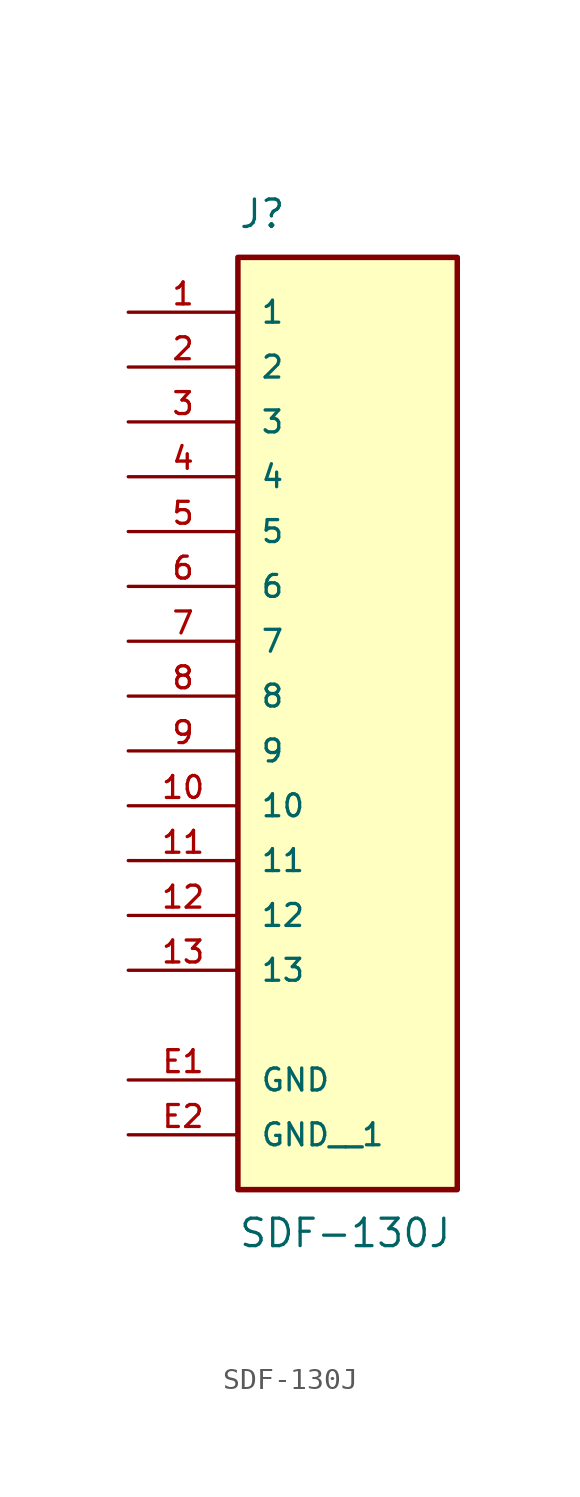
<source format=kicad_sym>
(kicad_symbol_lib
  (version 20211014)
  (generator kicad_symbol_editor)
  (symbol "SDF-130J"
    (pin_names
      (offset 1.016))
    (property "Reference" "J"
      (at -5.08 21.59 0)
      (effects (font (size 1.27 1.27)) (justify bottom left)))
    (property "Value" "SDF-130J"
      (at -5.08 -24.13 0)
      (effects (font (size 1.27 1.27)) (justify top left)))
    (symbol "SDF-130J_0_0"
      (rectangle (start -5.08 -22.86) (end 5.08 20.32) (stroke (width 0.254)) (fill (type background)))
      (pin passive line (at -10.16 17.78 0) (length 5.08) (name "1" (effects (font (size 1.016 1.016)))) (number "1" (effects (font (size 1.016 1.016)))))
      (pin passive line (at -10.16 15.24 0) (length 5.08) (name "2" (effects (font (size 1.016 1.016)))) (number "2" (effects (font (size 1.016 1.016)))))
      (pin passive line (at -10.16 12.7 0) (length 5.08) (name "3" (effects (font (size 1.016 1.016)))) (number "3" (effects (font (size 1.016 1.016)))))
      (pin passive line (at -10.16 10.16 0) (length 5.08) (name "4" (effects (font (size 1.016 1.016)))) (number "4" (effects (font (size 1.016 1.016)))))
      (pin passive line (at -10.16 7.62 0) (length 5.08) (name "5" (effects (font (size 1.016 1.016)))) (number "5" (effects (font (size 1.016 1.016)))))
      (pin passive line (at -10.16 5.08 0) (length 5.08) (name "6" (effects (font (size 1.016 1.016)))) (number "6" (effects (font (size 1.016 1.016)))))
      (pin passive line (at -10.16 2.54 0) (length 5.08) (name "7" (effects (font (size 1.016 1.016)))) (number "7" (effects (font (size 1.016 1.016)))))
      (pin passive line (at -10.16 0.0 0) (length 5.08) (name "8" (effects (font (size 1.016 1.016)))) (number "8" (effects (font (size 1.016 1.016)))))
      (pin passive line (at -10.16 -2.54 0) (length 5.08) (name "9" (effects (font (size 1.016 1.016)))) (number "9" (effects (font (size 1.016 1.016)))))
      (pin passive line (at -10.16 -5.08 0) (length 5.08) (name "10" (effects (font (size 1.016 1.016)))) (number "10" (effects (font (size 1.016 1.016)))))
      (pin passive line (at -10.16 -7.62 0) (length 5.08) (name "11" (effects (font (size 1.016 1.016)))) (number "11" (effects (font (size 1.016 1.016)))))
      (pin passive line (at -10.16 -10.16 0) (length 5.08) (name "12" (effects (font (size 1.016 1.016)))) (number "12" (effects (font (size 1.016 1.016)))))
      (pin passive line (at -10.16 -12.7 0) (length 5.08) (name "13" (effects (font (size 1.016 1.016)))) (number "13" (effects (font (size 1.016 1.016)))))
      (pin power_in line (at -10.16 -17.78 0) (length 5.08) (name "GND" (effects (font (size 1.016 1.016)))) (number "E1" (effects (font (size 1.016 1.016)))))
      (pin power_in line (at -10.16 -20.32 0) (length 5.08) (name "GND__1" (effects (font (size 1.016 1.016)))) (number "E2" (effects (font (size 1.016 1.016))))))))
</source>
